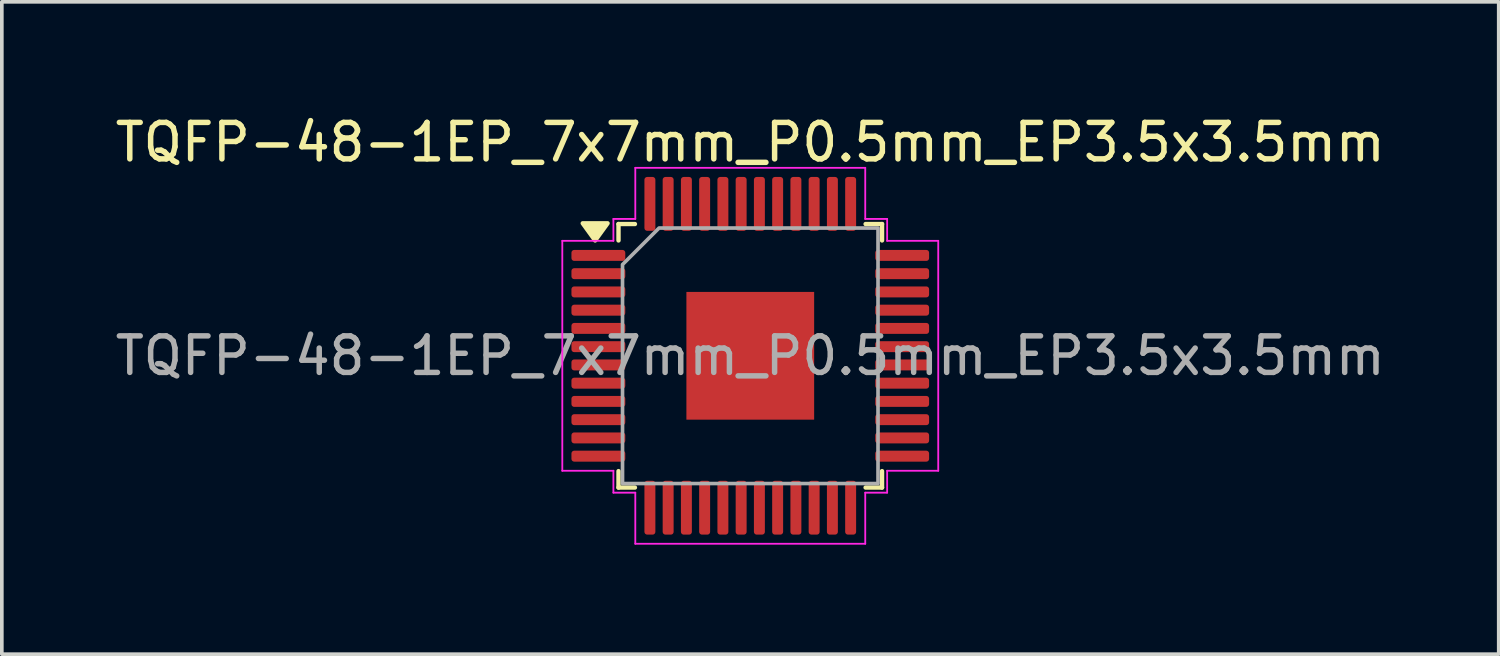
<source format=kicad_pcb>
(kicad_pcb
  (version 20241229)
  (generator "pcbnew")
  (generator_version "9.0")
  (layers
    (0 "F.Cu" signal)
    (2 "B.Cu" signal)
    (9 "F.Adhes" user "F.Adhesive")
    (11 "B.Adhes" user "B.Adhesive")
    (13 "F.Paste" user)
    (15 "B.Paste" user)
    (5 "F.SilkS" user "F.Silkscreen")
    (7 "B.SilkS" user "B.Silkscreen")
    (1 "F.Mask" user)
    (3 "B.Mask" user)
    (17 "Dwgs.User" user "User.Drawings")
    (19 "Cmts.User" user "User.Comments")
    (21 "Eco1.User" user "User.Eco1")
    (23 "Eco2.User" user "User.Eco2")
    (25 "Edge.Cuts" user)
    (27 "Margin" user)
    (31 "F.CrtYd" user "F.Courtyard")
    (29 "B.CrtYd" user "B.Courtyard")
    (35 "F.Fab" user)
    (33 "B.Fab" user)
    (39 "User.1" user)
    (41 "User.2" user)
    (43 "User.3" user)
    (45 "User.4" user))
  (footprint "TQFP-48-1EP_7x7mm_P0.5mm_EP3.5x3.5mm"
    (layer "F.Cu")
    (at 17.506 6.698)
    (property "Reference" "TQFP-48-1EP_7x7mm_P0.5mm_EP3.5x3.5mm" (at 0 -5.85 0) (layer "F.SilkS") (effects (font (size 1 1) (thickness 0.15))))
    (attr smd)
    (fp_line (start -3.61 -3.61) (end -3.16 -3.61) (stroke (width 0.12) (type solid)) (layer "F.SilkS"))
    (fp_line (start -3.61 -3.16) (end -3.61 -3.61) (stroke (width 0.12) (type solid)) (layer "F.SilkS"))
    (fp_line (start -3.61 3.61) (end -3.61 3.16) (stroke (width 0.12) (type solid)) (layer "F.SilkS"))
    (fp_line (start -3.16 3.61) (end -3.61 3.61) (stroke (width 0.12) (type solid)) (layer "F.SilkS"))
    (fp_line (start 3.16 -3.61) (end 3.61 -3.61) (stroke (width 0.12) (type solid)) (layer "F.SilkS"))
    (fp_line (start 3.61 -3.61) (end 3.61 -3.16) (stroke (width 0.12) (type solid)) (layer "F.SilkS"))
    (fp_line (start 3.61 3.16) (end 3.61 3.61) (stroke (width 0.12) (type solid)) (layer "F.SilkS"))
    (fp_line (start 3.61 3.61) (end 3.16 3.61) (stroke (width 0.12) (type solid)) (layer "F.SilkS"))
    (fp_poly (pts (xy -4.25 -3.16) (xy -4.59 -3.63) (xy -3.91 -3.63)) (stroke (width 0.12) (type solid)) (fill yes) (layer "F.SilkS"))
    (fp_line (start -5.15 -3.15) (end -3.75 -3.15) (stroke (width 0.05) (type solid)) (layer "F.CrtYd"))
    (fp_line (start -5.15 3.15) (end -5.15 -3.15) (stroke (width 0.05) (type solid)) (layer "F.CrtYd"))
    (fp_line (start -3.75 -3.75) (end -3.15 -3.75) (stroke (width 0.05) (type solid)) (layer "F.CrtYd"))
    (fp_line (start -3.75 -3.15) (end -3.75 -3.75) (stroke (width 0.05) (type solid)) (layer "F.CrtYd"))
    (fp_line (start -3.75 3.15) (end -5.15 3.15) (stroke (width 0.05) (type solid)) (layer "F.CrtYd"))
    (fp_line (start -3.75 3.75) (end -3.75 3.15) (stroke (width 0.05) (type solid)) (layer "F.CrtYd"))
    (fp_line (start -3.15 -5.15) (end 3.15 -5.15) (stroke (width 0.05) (type solid)) (layer "F.CrtYd"))
    (fp_line (start -3.15 -3.75) (end -3.15 -5.15) (stroke (width 0.05) (type solid)) (layer "F.CrtYd"))
    (fp_line (start -3.15 3.75) (end -3.75 3.75) (stroke (width 0.05) (type solid)) (layer "F.CrtYd"))
    (fp_line (start -3.15 5.15) (end -3.15 3.75) (stroke (width 0.05) (type solid)) (layer "F.CrtYd"))
    (fp_line (start 3.15 -5.15) (end 3.15 -3.75) (stroke (width 0.05) (type solid)) (layer "F.CrtYd"))
    (fp_line (start 3.15 -3.75) (end 3.75 -3.75) (stroke (width 0.05) (type solid)) (layer "F.CrtYd"))
    (fp_line (start 3.15 3.75) (end 3.15 5.15) (stroke (width 0.05) (type solid)) (layer "F.CrtYd"))
    (fp_line (start 3.15 5.15) (end -3.15 5.15) (stroke (width 0.05) (type solid)) (layer "F.CrtYd"))
    (fp_line (start 3.75 -3.75) (end 3.75 -3.15) (stroke (width 0.05) (type solid)) (layer "F.CrtYd"))
    (fp_line (start 3.75 -3.15) (end 5.15 -3.15) (stroke (width 0.05) (type solid)) (layer "F.CrtYd"))
    (fp_line (start 3.75 3.15) (end 3.75 3.75) (stroke (width 0.05) (type solid)) (layer "F.CrtYd"))
    (fp_line (start 3.75 3.75) (end 3.15 3.75) (stroke (width 0.05) (type solid)) (layer "F.CrtYd"))
    (fp_line (start 5.15 -3.15) (end 5.15 3.15) (stroke (width 0.05) (type solid)) (layer "F.CrtYd"))
    (fp_line (start 5.15 3.15) (end 3.75 3.15) (stroke (width 0.05) (type solid)) (layer "F.CrtYd"))
    (fp_poly (pts (xy -3.5 -2.5) (xy -3.5 3.5) (xy 3.5 3.5) (xy 3.5 -3.5) (xy -2.5 -3.5)) (stroke (width 0.1) (type solid)) (fill no) (layer "F.Fab"))
    (fp_text user "${REFERENCE}" (at 0 0 0) (layer "F.Fab") (effects (font (size 1 1) (thickness 0.15))))
    (pad "" smd roundrect (at -0.875 -0.875) (size 1.41 1.41) (layers "F.Paste") (roundrect_rratio 0.177))
    (pad "" smd roundrect (at -0.875 0.875) (size 1.41 1.41) (layers "F.Paste") (roundrect_rratio 0.177))
    (pad "" smd roundrect (at 0.875 -0.875) (size 1.41 1.41) (layers "F.Paste") (roundrect_rratio 0.177))
    (pad "" smd roundrect (at 0.875 0.875) (size 1.41 1.41) (layers "F.Paste") (roundrect_rratio 0.177))
    (pad "1" smd roundrect (at -4.162 -2.75) (size 1.475 0.3) (layers "F.Cu" "F.Mask" "F.Paste") (roundrect_rratio 0.25))
    (pad "2" smd roundrect (at -4.162 -2.25) (size 1.475 0.3) (layers "F.Cu" "F.Mask" "F.Paste") (roundrect_rratio 0.25))
    (pad "3" smd roundrect (at -4.162 -1.75) (size 1.475 0.3) (layers "F.Cu" "F.Mask" "F.Paste") (roundrect_rratio 0.25))
    (pad "4" smd roundrect (at -4.162 -1.25) (size 1.475 0.3) (layers "F.Cu" "F.Mask" "F.Paste") (roundrect_rratio 0.25))
    (pad "5" smd roundrect (at -4.162 -0.75) (size 1.475 0.3) (layers "F.Cu" "F.Mask" "F.Paste") (roundrect_rratio 0.25))
    (pad "6" smd roundrect (at -4.162 -0.25) (size 1.475 0.3) (layers "F.Cu" "F.Mask" "F.Paste") (roundrect_rratio 0.25))
    (pad "7" smd roundrect (at -4.162 0.25) (size 1.475 0.3) (layers "F.Cu" "F.Mask" "F.Paste") (roundrect_rratio 0.25))
    (pad "8" smd roundrect (at -4.162 0.75) (size 1.475 0.3) (layers "F.Cu" "F.Mask" "F.Paste") (roundrect_rratio 0.25))
    (pad "9" smd roundrect (at -4.162 1.25) (size 1.475 0.3) (layers "F.Cu" "F.Mask" "F.Paste") (roundrect_rratio 0.25))
    (pad "10" smd roundrect (at -4.162 1.75) (size 1.475 0.3) (layers "F.Cu" "F.Mask" "F.Paste") (roundrect_rratio 0.25))
    (pad "11" smd roundrect (at -4.162 2.25) (size 1.475 0.3) (layers "F.Cu" "F.Mask" "F.Paste") (roundrect_rratio 0.25))
    (pad "12" smd roundrect (at -4.162 2.75) (size 1.475 0.3) (layers "F.Cu" "F.Mask" "F.Paste") (roundrect_rratio 0.25))
    (pad "13" smd roundrect (at -2.75 4.162) (size 0.3 1.475) (layers "F.Cu" "F.Mask" "F.Paste") (roundrect_rratio 0.25))
    (pad "14" smd roundrect (at -2.25 4.162) (size 0.3 1.475) (layers "F.Cu" "F.Mask" "F.Paste") (roundrect_rratio 0.25))
    (pad "15" smd roundrect (at -1.75 4.162) (size 0.3 1.475) (layers "F.Cu" "F.Mask" "F.Paste") (roundrect_rratio 0.25))
    (pad "16" smd roundrect (at -1.25 4.162) (size 0.3 1.475) (layers "F.Cu" "F.Mask" "F.Paste") (roundrect_rratio 0.25))
    (pad "17" smd roundrect (at -0.75 4.162) (size 0.3 1.475) (layers "F.Cu" "F.Mask" "F.Paste") (roundrect_rratio 0.25))
    (pad "18" smd roundrect (at -0.25 4.162) (size 0.3 1.475) (layers "F.Cu" "F.Mask" "F.Paste") (roundrect_rratio 0.25))
    (pad "19" smd roundrect (at 0.25 4.162) (size 0.3 1.475) (layers "F.Cu" "F.Mask" "F.Paste") (roundrect_rratio 0.25))
    (pad "20" smd roundrect (at 0.75 4.162) (size 0.3 1.475) (layers "F.Cu" "F.Mask" "F.Paste") (roundrect_rratio 0.25))
    (pad "21" smd roundrect (at 1.25 4.162) (size 0.3 1.475) (layers "F.Cu" "F.Mask" "F.Paste") (roundrect_rratio 0.25))
    (pad "22" smd roundrect (at 1.75 4.162) (size 0.3 1.475) (layers "F.Cu" "F.Mask" "F.Paste") (roundrect_rratio 0.25))
    (pad "23" smd roundrect (at 2.25 4.162) (size 0.3 1.475) (layers "F.Cu" "F.Mask" "F.Paste") (roundrect_rratio 0.25))
    (pad "24" smd roundrect (at 2.75 4.162) (size 0.3 1.475) (layers "F.Cu" "F.Mask" "F.Paste") (roundrect_rratio 0.25))
    (pad "25" smd roundrect (at 4.162 2.75) (size 1.475 0.3) (layers "F.Cu" "F.Mask" "F.Paste") (roundrect_rratio 0.25))
    (pad "26" smd roundrect (at 4.162 2.25) (size 1.475 0.3) (layers "F.Cu" "F.Mask" "F.Paste") (roundrect_rratio 0.25))
    (pad "27" smd roundrect (at 4.162 1.75) (size 1.475 0.3) (layers "F.Cu" "F.Mask" "F.Paste") (roundrect_rratio 0.25))
    (pad "28" smd roundrect (at 4.162 1.25) (size 1.475 0.3) (layers "F.Cu" "F.Mask" "F.Paste") (roundrect_rratio 0.25))
    (pad "29" smd roundrect (at 4.162 0.75) (size 1.475 0.3) (layers "F.Cu" "F.Mask" "F.Paste") (roundrect_rratio 0.25))
    (pad "30" smd roundrect (at 4.162 0.25) (size 1.475 0.3) (layers "F.Cu" "F.Mask" "F.Paste") (roundrect_rratio 0.25))
    (pad "31" smd roundrect (at 4.162 -0.25) (size 1.475 0.3) (layers "F.Cu" "F.Mask" "F.Paste") (roundrect_rratio 0.25))
    (pad "32" smd roundrect (at 4.162 -0.75) (size 1.475 0.3) (layers "F.Cu" "F.Mask" "F.Paste") (roundrect_rratio 0.25))
    (pad "33" smd roundrect (at 4.162 -1.25) (size 1.475 0.3) (layers "F.Cu" "F.Mask" "F.Paste") (roundrect_rratio 0.25))
    (pad "34" smd roundrect (at 4.162 -1.75) (size 1.475 0.3) (layers "F.Cu" "F.Mask" "F.Paste") (roundrect_rratio 0.25))
    (pad "35" smd roundrect (at 4.162 -2.25) (size 1.475 0.3) (layers "F.Cu" "F.Mask" "F.Paste") (roundrect_rratio 0.25))
    (pad "36" smd roundrect (at 4.162 -2.75) (size 1.475 0.3) (layers "F.Cu" "F.Mask" "F.Paste") (roundrect_rratio 0.25))
    (pad "37" smd roundrect (at 2.75 -4.162) (size 0.3 1.475) (layers "F.Cu" "F.Mask" "F.Paste") (roundrect_rratio 0.25))
    (pad "38" smd roundrect (at 2.25 -4.162) (size 0.3 1.475) (layers "F.Cu" "F.Mask" "F.Paste") (roundrect_rratio 0.25))
    (pad "39" smd roundrect (at 1.75 -4.162) (size 0.3 1.475) (layers "F.Cu" "F.Mask" "F.Paste") (roundrect_rratio 0.25))
    (pad "40" smd roundrect (at 1.25 -4.162) (size 0.3 1.475) (layers "F.Cu" "F.Mask" "F.Paste") (roundrect_rratio 0.25))
    (pad "41" smd roundrect (at 0.75 -4.162) (size 0.3 1.475) (layers "F.Cu" "F.Mask" "F.Paste") (roundrect_rratio 0.25))
    (pad "42" smd roundrect (at 0.25 -4.162) (size 0.3 1.475) (layers "F.Cu" "F.Mask" "F.Paste") (roundrect_rratio 0.25))
    (pad "43" smd roundrect (at -0.25 -4.162) (size 0.3 1.475) (layers "F.Cu" "F.Mask" "F.Paste") (roundrect_rratio 0.25))
    (pad "44" smd roundrect (at -0.75 -4.162) (size 0.3 1.475) (layers "F.Cu" "F.Mask" "F.Paste") (roundrect_rratio 0.25))
    (pad "45" smd roundrect (at -1.25 -4.162) (size 0.3 1.475) (layers "F.Cu" "F.Mask" "F.Paste") (roundrect_rratio 0.25))
    (pad "46" smd roundrect (at -1.75 -4.162) (size 0.3 1.475) (layers "F.Cu" "F.Mask" "F.Paste") (roundrect_rratio 0.25))
    (pad "47" smd roundrect (at -2.25 -4.162) (size 0.3 1.475) (layers "F.Cu" "F.Mask" "F.Paste") (roundrect_rratio 0.25))
    (pad "48" smd roundrect (at -2.75 -4.162) (size 0.3 1.475) (layers "F.Cu" "F.Mask" "F.Paste") (roundrect_rratio 0.25))
    (pad "49" smd rect (at 0 0) (size 3.5 3.5) (property pad_prop_heatsink) (layers "F.Cu" "F.Mask")))
  (gr_rect
    (start -3 -3)
    (end 38.012 14.873)
    (stroke (width 0.1) (type default))
    (fill no)
    (layer "Edge.Cuts")))
</source>
